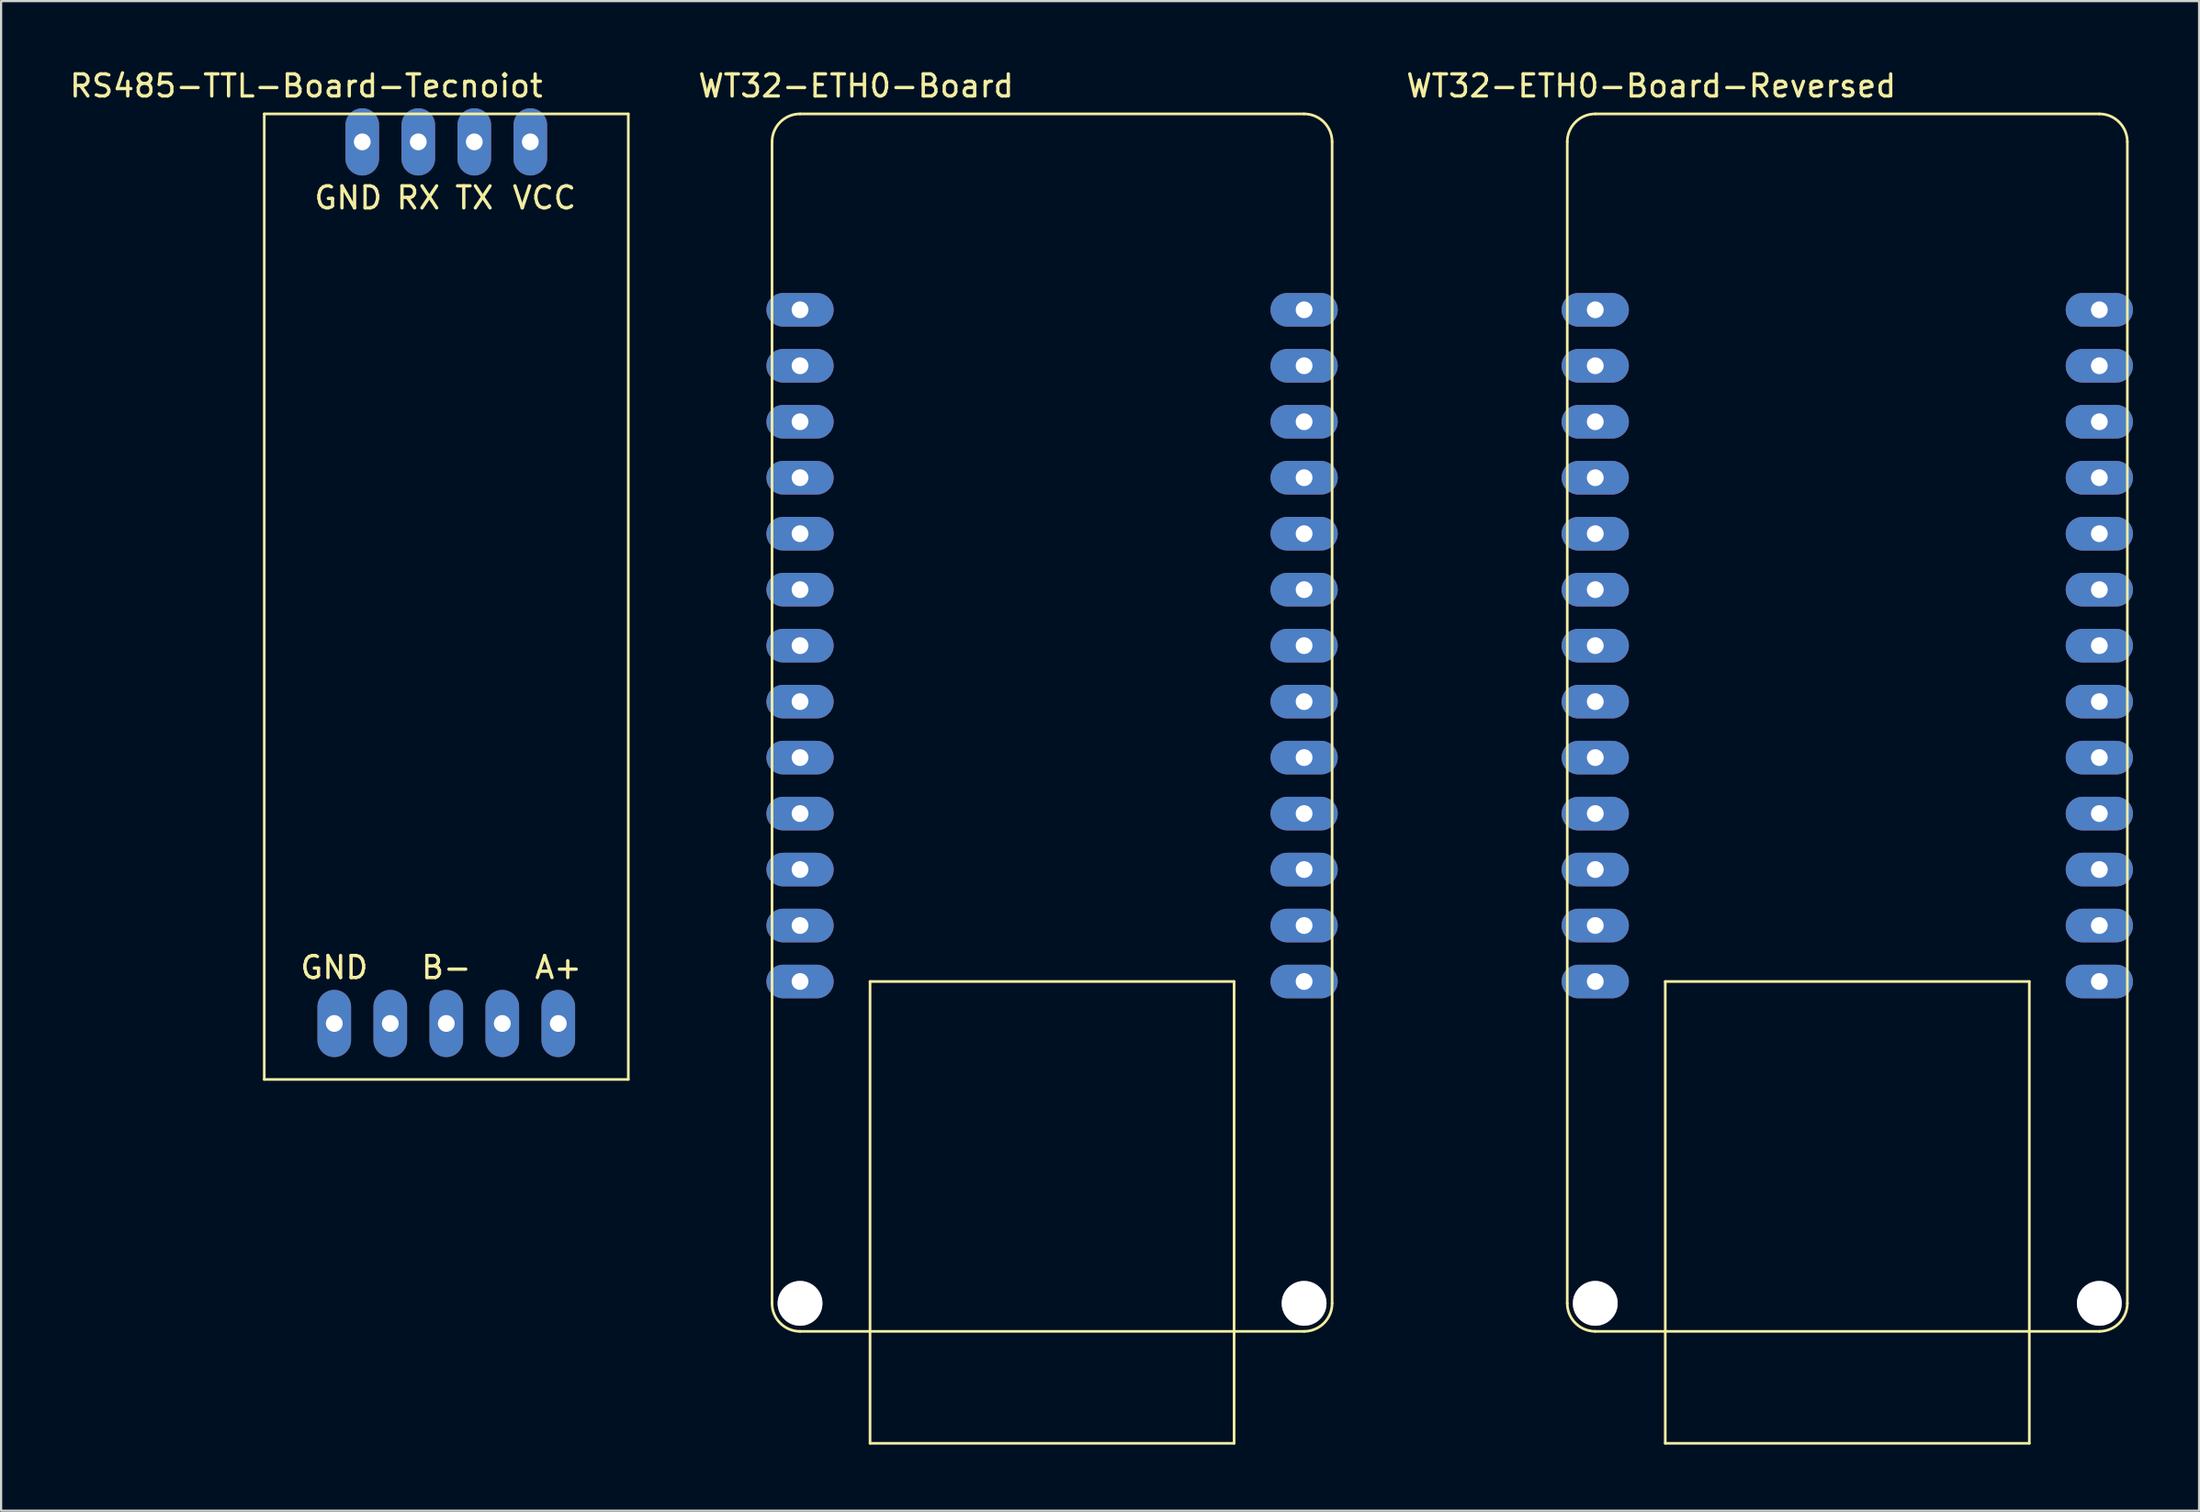
<source format=kicad_pcb>
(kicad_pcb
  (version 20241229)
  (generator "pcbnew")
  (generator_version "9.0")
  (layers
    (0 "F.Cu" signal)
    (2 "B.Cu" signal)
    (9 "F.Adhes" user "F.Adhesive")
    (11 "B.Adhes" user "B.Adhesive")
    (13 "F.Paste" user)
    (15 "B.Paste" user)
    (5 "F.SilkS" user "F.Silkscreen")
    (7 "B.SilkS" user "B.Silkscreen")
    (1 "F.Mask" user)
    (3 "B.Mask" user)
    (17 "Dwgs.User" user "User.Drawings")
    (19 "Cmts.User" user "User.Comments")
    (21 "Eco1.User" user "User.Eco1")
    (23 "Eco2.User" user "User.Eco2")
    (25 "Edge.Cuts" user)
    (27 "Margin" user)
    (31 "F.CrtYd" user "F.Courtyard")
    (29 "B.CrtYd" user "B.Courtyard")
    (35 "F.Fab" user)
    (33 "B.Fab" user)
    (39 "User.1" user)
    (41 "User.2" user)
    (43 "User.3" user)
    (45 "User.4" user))
  (footprint "WT32-ETH0-Board-Reversed"
    (layer "F.Cu")
    (at 80.726 30.058)
    (property "Reference" "WT32-ETH0-Board-Reversed" (at -8.89 -29.21 0) (layer "F.SilkS") (effects (font (size 1 1) (thickness 0.15))))
    (attr through_hole)
    (fp_line (start -12.7 -26.67) (end -12.7 26.035) (stroke (width 0.12) (type solid)) (layer "F.SilkS"))
    (fp_line (start -11.43 27.305) (end 11.43 27.305) (stroke (width 0.12) (type solid)) (layer "F.SilkS"))
    (fp_line (start -8.255 11.43) (end 8.255 11.43) (stroke (width 0.12) (type solid)) (layer "F.SilkS"))
    (fp_line (start -8.255 32.385) (end -8.255 11.43) (stroke (width 0.12) (type solid)) (layer "F.SilkS"))
    (fp_line (start 8.255 11.43) (end 8.255 32.385) (stroke (width 0.12) (type solid)) (layer "F.SilkS"))
    (fp_line (start 8.255 32.385) (end -8.255 32.385) (stroke (width 0.12) (type solid)) (layer "F.SilkS"))
    (fp_line (start 11.43 -27.94) (end -11.43 -27.94) (stroke (width 0.12) (type solid)) (layer "F.SilkS"))
    (fp_line (start 12.7 26.035) (end 12.7 -26.67) (stroke (width 0.12) (type solid)) (layer "F.SilkS"))
    (fp_arc (start -12.7 -26.67) (mid -12.328026 -27.568026) (end -11.43 -27.94) (stroke (width 0.12) (type solid)) (layer "F.SilkS"))
    (fp_arc (start -11.43 27.305) (mid -12.328026 26.933026) (end -12.7 26.035) (stroke (width 0.12) (type solid)) (layer "F.SilkS"))
    (fp_arc (start 11.43 -27.94) (mid 12.328026 -27.568026) (end 12.7 -26.67) (stroke (width 0.12) (type solid)) (layer "F.SilkS"))
    (fp_arc (start 12.7 26.035) (mid 12.328026 26.933026) (end 11.43 27.305) (stroke (width 0.12) (type solid)) (layer "F.SilkS"))
    (pad "" thru_hole circle (at -11.43 26.035) (size 2.032 2.032) (drill 2.032) (layers "*.Mask" "F.Cu"))
    (pad "" thru_hole circle (at 11.43 26.035) (size 2.032 2.032) (drill 2.032) (layers "*.Mask" "F.Cu"))
    (pad "1" thru_hole oval (at 11.43 -19.05) (size 3.048 1.524) (drill 0.762) (layers "*.Cu" "*.Mask"))
    (pad "2" thru_hole oval (at 11.43 -16.51) (size 3.048 1.524) (drill 0.762) (layers "*.Cu" "*.Mask"))
    (pad "3" thru_hole oval (at 11.43 -13.97) (size 3.048 1.524) (drill 0.762) (layers "*.Cu" "*.Mask"))
    (pad "4" thru_hole oval (at 11.43 -11.43) (size 3.048 1.524) (drill 0.762) (layers "*.Cu" "*.Mask"))
    (pad "5" thru_hole oval (at 11.43 -8.89) (size 3.048 1.524) (drill 0.762) (layers "*.Cu" "*.Mask"))
    (pad "6" thru_hole oval (at 11.43 -6.35) (size 3.048 1.524) (drill 0.762) (layers "*.Cu" "*.Mask"))
    (pad "7" thru_hole oval (at 11.43 -3.81) (size 3.048 1.524) (drill 0.762) (layers "*.Cu" "*.Mask"))
    (pad "8" thru_hole oval (at 11.43 -1.27) (size 3.048 1.524) (drill 0.762) (layers "*.Cu" "*.Mask"))
    (pad "9" thru_hole oval (at 11.43 1.27) (size 3.048 1.524) (drill 0.762) (layers "*.Cu" "*.Mask"))
    (pad "10" thru_hole oval (at 11.43 3.81) (size 3.048 1.524) (drill 0.762) (layers "*.Cu" "*.Mask"))
    (pad "11" thru_hole oval (at 11.43 6.35) (size 3.048 1.524) (drill 0.762) (layers "*.Cu" "*.Mask"))
    (pad "12" thru_hole oval (at 11.43 8.89) (size 3.048 1.524) (drill 0.762) (layers "*.Cu" "*.Mask"))
    (pad "13" thru_hole oval (at 11.43 11.43) (size 3.048 1.524) (drill 0.762) (layers "*.Cu" "*.Mask"))
    (pad "14" thru_hole oval (at -11.43 11.43) (size 3.048 1.524) (drill 0.762) (layers "*.Cu" "*.Mask"))
    (pad "15" thru_hole oval (at -11.43 8.89) (size 3.048 1.524) (drill 0.762) (layers "*.Cu" "*.Mask"))
    (pad "16" thru_hole oval (at -11.43 6.35) (size 3.048 1.524) (drill 0.762) (layers "*.Cu" "*.Mask"))
    (pad "17" thru_hole oval (at -11.43 3.81) (size 3.048 1.524) (drill 0.762) (layers "*.Cu" "*.Mask"))
    (pad "18" thru_hole oval (at -11.43 1.27) (size 3.048 1.524) (drill 0.762) (layers "*.Cu" "*.Mask"))
    (pad "19" thru_hole oval (at -11.43 -1.27) (size 3.048 1.524) (drill 0.762) (layers "*.Cu" "*.Mask"))
    (pad "20" thru_hole oval (at -11.43 -3.81) (size 3.048 1.524) (drill 0.762) (layers "*.Cu" "*.Mask"))
    (pad "21" thru_hole oval (at -11.43 -6.35) (size 3.048 1.524) (drill 0.762) (layers "*.Cu" "*.Mask"))
    (pad "22" thru_hole oval (at -11.43 -8.89) (size 3.048 1.524) (drill 0.762) (layers "*.Cu" "*.Mask"))
    (pad "23" thru_hole oval (at -11.43 -11.43) (size 3.048 1.524) (drill 0.762) (layers "*.Cu" "*.Mask"))
    (pad "24" thru_hole oval (at -11.43 -13.97) (size 3.048 1.524) (drill 0.762) (layers "*.Cu" "*.Mask"))
    (pad "25" thru_hole oval (at -11.43 -16.51) (size 3.048 1.524) (drill 0.762) (layers "*.Cu" "*.Mask"))
    (pad "26" thru_hole oval (at -11.43 -19.05) (size 3.048 1.524) (drill 0.762) (layers "*.Cu" "*.Mask")))
  (footprint "WT32-ETH0-Board"
    (layer "F.Cu")
    (at 44.662 30.058)
    (property "Reference" "WT32-ETH0-Board" (at -8.89 -29.21 0) (layer "F.SilkS") (effects (font (size 1 1) (thickness 0.15))))
    (attr through_hole)
    (fp_line (start -12.7 -26.67) (end -12.7 26.035) (stroke (width 0.12) (type solid)) (layer "F.SilkS"))
    (fp_line (start -11.43 27.305) (end 11.43 27.305) (stroke (width 0.12) (type solid)) (layer "F.SilkS"))
    (fp_line (start -8.255 11.43) (end 8.255 11.43) (stroke (width 0.12) (type solid)) (layer "F.SilkS"))
    (fp_line (start -8.255 32.385) (end -8.255 11.43) (stroke (width 0.12) (type solid)) (layer "F.SilkS"))
    (fp_line (start 8.255 11.43) (end 8.255 32.385) (stroke (width 0.12) (type solid)) (layer "F.SilkS"))
    (fp_line (start 8.255 32.385) (end -8.255 32.385) (stroke (width 0.12) (type solid)) (layer "F.SilkS"))
    (fp_line (start 11.43 -27.94) (end -11.43 -27.94) (stroke (width 0.12) (type solid)) (layer "F.SilkS"))
    (fp_line (start 12.7 26.035) (end 12.7 -26.67) (stroke (width 0.12) (type solid)) (layer "F.SilkS"))
    (fp_arc (start -12.7 -26.67) (mid -12.328026 -27.568026) (end -11.43 -27.94) (stroke (width 0.12) (type solid)) (layer "F.SilkS"))
    (fp_arc (start -11.43 27.305) (mid -12.328026 26.933026) (end -12.7 26.035) (stroke (width 0.12) (type solid)) (layer "F.SilkS"))
    (fp_arc (start 11.43 -27.94) (mid 12.328026 -27.568026) (end 12.7 -26.67) (stroke (width 0.12) (type solid)) (layer "F.SilkS"))
    (fp_arc (start 12.7 26.035) (mid 12.328026 26.933026) (end 11.43 27.305) (stroke (width 0.12) (type solid)) (layer "F.SilkS"))
    (pad "" thru_hole circle (at -11.43 26.035) (size 2.032 2.032) (drill 2.032) (layers "*.Mask" "F.Cu"))
    (pad "" thru_hole circle (at 11.43 26.035) (size 2.032 2.032) (drill 2.032) (layers "*.Mask" "F.Cu"))
    (pad "1" thru_hole oval (at -11.43 -19.05) (size 3.048 1.524) (drill 0.762) (layers "*.Cu" "*.Mask"))
    (pad "2" thru_hole oval (at -11.43 -16.51) (size 3.048 1.524) (drill 0.762) (layers "*.Cu" "*.Mask"))
    (pad "3" thru_hole oval (at -11.43 -13.97) (size 3.048 1.524) (drill 0.762) (layers "*.Cu" "*.Mask"))
    (pad "4" thru_hole oval (at -11.43 -11.43) (size 3.048 1.524) (drill 0.762) (layers "*.Cu" "*.Mask"))
    (pad "5" thru_hole oval (at -11.43 -8.89) (size 3.048 1.524) (drill 0.762) (layers "*.Cu" "*.Mask"))
    (pad "6" thru_hole oval (at -11.43 -6.35) (size 3.048 1.524) (drill 0.762) (layers "*.Cu" "*.Mask"))
    (pad "7" thru_hole oval (at -11.43 -3.81) (size 3.048 1.524) (drill 0.762) (layers "*.Cu" "*.Mask"))
    (pad "8" thru_hole oval (at -11.43 -1.27) (size 3.048 1.524) (drill 0.762) (layers "*.Cu" "*.Mask"))
    (pad "9" thru_hole oval (at -11.43 1.27) (size 3.048 1.524) (drill 0.762) (layers "*.Cu" "*.Mask"))
    (pad "10" thru_hole oval (at -11.43 3.81) (size 3.048 1.524) (drill 0.762) (layers "*.Cu" "*.Mask"))
    (pad "11" thru_hole oval (at -11.43 6.35) (size 3.048 1.524) (drill 0.762) (layers "*.Cu" "*.Mask"))
    (pad "12" thru_hole oval (at -11.43 8.89) (size 3.048 1.524) (drill 0.762) (layers "*.Cu" "*.Mask"))
    (pad "13" thru_hole oval (at -11.43 11.43) (size 3.048 1.524) (drill 0.762) (layers "*.Cu" "*.Mask"))
    (pad "14" thru_hole oval (at 11.43 11.43) (size 3.048 1.524) (drill 0.762) (layers "*.Cu" "*.Mask"))
    (pad "15" thru_hole oval (at 11.43 8.89) (size 3.048 1.524) (drill 0.762) (layers "*.Cu" "*.Mask"))
    (pad "16" thru_hole oval (at 11.43 6.35) (size 3.048 1.524) (drill 0.762) (layers "*.Cu" "*.Mask"))
    (pad "17" thru_hole oval (at 11.43 3.81) (size 3.048 1.524) (drill 0.762) (layers "*.Cu" "*.Mask"))
    (pad "18" thru_hole oval (at 11.43 1.27) (size 3.048 1.524) (drill 0.762) (layers "*.Cu" "*.Mask"))
    (pad "19" thru_hole oval (at 11.43 -1.27) (size 3.048 1.524) (drill 0.762) (layers "*.Cu" "*.Mask"))
    (pad "20" thru_hole oval (at 11.43 -3.81) (size 3.048 1.524) (drill 0.762) (layers "*.Cu" "*.Mask"))
    (pad "21" thru_hole oval (at 11.43 -6.35) (size 3.048 1.524) (drill 0.762) (layers "*.Cu" "*.Mask"))
    (pad "22" thru_hole oval (at 11.43 -8.89) (size 3.048 1.524) (drill 0.762) (layers "*.Cu" "*.Mask"))
    (pad "23" thru_hole oval (at 11.43 -11.43) (size 3.048 1.524) (drill 0.762) (layers "*.Cu" "*.Mask"))
    (pad "24" thru_hole oval (at 11.43 -13.97) (size 3.048 1.524) (drill 0.762) (layers "*.Cu" "*.Mask"))
    (pad "25" thru_hole oval (at 11.43 -16.51) (size 3.048 1.524) (drill 0.762) (layers "*.Cu" "*.Mask"))
    (pad "26" thru_hole oval (at 11.43 -19.05) (size 3.048 1.524) (drill 0.762) (layers "*.Cu" "*.Mask")))
  (footprint "RS485-TTL-Board-Tecnoiot"
    (layer "F.Cu")
    (at 17.189 23.708)
    (property "Reference" "RS485-TTL-Board-Tecnoiot" (at -6.35 -22.86 0) (layer "F.SilkS") (effects (font (size 1 1) (thickness 0.15))))
    (attr through_hole)
    (fp_line (start -8.255 -21.59) (end -8.255 22.225) (stroke (width 0.12) (type solid)) (layer "F.SilkS"))
    (fp_line (start -8.255 -21.59) (end 8.255 -21.59) (stroke (width 0.12) (type solid)) (layer "F.SilkS"))
    (fp_line (start -8.255 22.225) (end 8.255 22.225) (stroke (width 0.12) (type solid)) (layer "F.SilkS"))
    (fp_line (start 8.255 22.225) (end 8.255 -21.59) (stroke (width 0.12) (type solid)) (layer "F.SilkS"))
    (fp_text user "VCC" (at 4.445 -17.78 0) (layer "F.SilkS") (effects (font (size 1 1) (thickness 0.15))))
    (fp_text user "B-" (at 0 17.145 0) (layer "F.SilkS") (effects (font (size 1 1) (thickness 0.15))))
    (fp_text user "GND" (at -4.445 -17.78 0) (layer "F.SilkS") (effects (font (size 1 1) (thickness 0.15))))
    (fp_text user "TX" (at 1.27 -17.78 0) (layer "F.SilkS") (effects (font (size 1 1) (thickness 0.15))))
    (fp_text user "RX" (at -1.27 -17.78 0) (layer "F.SilkS") (effects (font (size 1 1) (thickness 0.15))))
    (fp_text user "GND" (at -5.08 17.145 0) (layer "F.SilkS") (effects (font (size 1 1) (thickness 0.15))))
    (fp_text user "A+" (at 5.08 17.145 0) (layer "F.SilkS") (effects (font (size 1 1) (thickness 0.15))))
    (pad "" thru_hole oval (at -2.54 19.685) (size 1.524 3.048) (drill 0.762) (layers "*.Cu" "*.Mask"))
    (pad "" thru_hole oval (at 2.54 19.685) (size 1.524 3.048) (drill 0.762) (layers "*.Cu" "*.Mask"))
    (pad "1" thru_hole oval (at 3.81 -20.32) (size 1.524 3.048) (drill 0.762) (layers "*.Cu" "*.Mask"))
    (pad "2" thru_hole oval (at 1.27 -20.32) (size 1.524 3.048) (drill 0.762) (layers "*.Cu" "*.Mask"))
    (pad "3" thru_hole oval (at -1.27 -20.32) (size 1.524 3.048) (drill 0.762) (layers "*.Cu" "*.Mask"))
    (pad "4" thru_hole oval (at -3.81 -20.32) (size 1.524 3.048) (drill 0.762) (layers "*.Cu" "*.Mask"))
    (pad "5" thru_hole oval (at -5.08 19.685) (size 1.524 3.048) (drill 0.762) (layers "*.Cu" "*.Mask"))
    (pad "6" thru_hole oval (at 0 19.685) (size 1.524 3.048) (drill 0.762) (layers "*.Cu" "*.Mask"))
    (pad "7" thru_hole oval (at 5.08 19.685) (size 1.524 3.048) (drill 0.762) (layers "*.Cu" "*.Mask")))
  (gr_rect
    (start -3 -3)
    (end 96.68 65.503)
    (stroke (width 0.1) (type default))
    (fill no)
    (layer "Edge.Cuts")))
</source>
